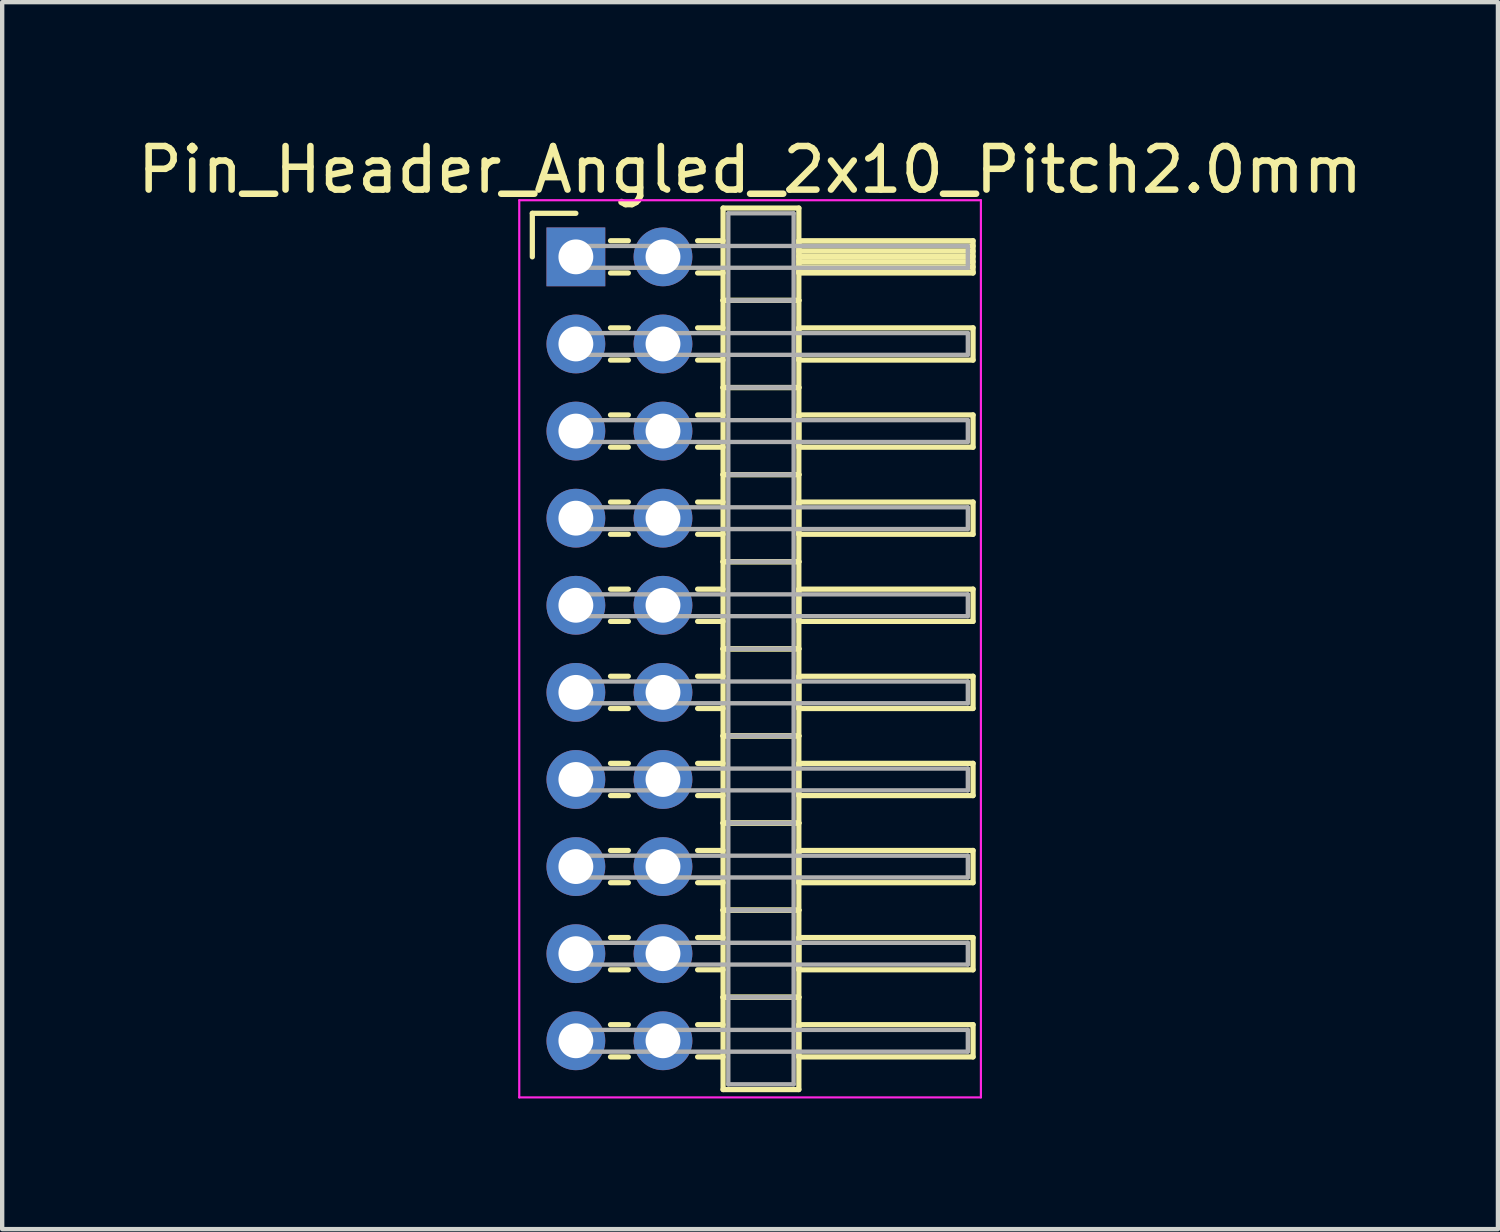
<source format=kicad_pcb>
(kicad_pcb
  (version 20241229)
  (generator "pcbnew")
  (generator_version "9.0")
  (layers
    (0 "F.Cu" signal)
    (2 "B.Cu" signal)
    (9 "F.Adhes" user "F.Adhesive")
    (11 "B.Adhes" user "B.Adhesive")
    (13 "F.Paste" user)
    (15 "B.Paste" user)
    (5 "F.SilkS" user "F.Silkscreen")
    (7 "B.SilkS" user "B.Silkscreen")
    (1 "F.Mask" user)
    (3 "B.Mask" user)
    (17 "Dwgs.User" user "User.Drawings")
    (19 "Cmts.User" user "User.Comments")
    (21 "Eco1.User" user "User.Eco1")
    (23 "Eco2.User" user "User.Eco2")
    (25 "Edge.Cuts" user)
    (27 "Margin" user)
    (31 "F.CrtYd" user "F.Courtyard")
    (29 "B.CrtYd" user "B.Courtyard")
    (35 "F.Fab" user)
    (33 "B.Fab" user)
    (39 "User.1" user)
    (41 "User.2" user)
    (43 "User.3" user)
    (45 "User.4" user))
  (footprint "Pin_Header_Angled_2x10_Pitch2.0mm"
    (layer "F.Cu")
    (at 10.173 2.848)
    (property "Reference" "Pin_Header_Angled_2x10_Pitch2.0mm" (at 4 -2 0) (layer "F.SilkS") (effects (font (size 1 1) (thickness 0.15))))
    (attr through_hole)
    (fp_line (start -1 -1) (end 0 -1) (stroke (width 0.12) (type solid)) (layer "F.SilkS"))
    (fp_line (start -1 0) (end -1 -1) (stroke (width 0.12) (type solid)) (layer "F.SilkS"))
    (fp_line (start 0.795 -0.37) (end 1.205 -0.37) (stroke (width 0.12) (type solid)) (layer "F.SilkS"))
    (fp_line (start 0.795 0.37) (end 1.205 0.37) (stroke (width 0.12) (type solid)) (layer "F.SilkS"))
    (fp_line (start 0.795 1.63) (end 1.205 1.63) (stroke (width 0.12) (type solid)) (layer "F.SilkS"))
    (fp_line (start 0.795 2.37) (end 1.205 2.37) (stroke (width 0.12) (type solid)) (layer "F.SilkS"))
    (fp_line (start 0.795 3.63) (end 1.205 3.63) (stroke (width 0.12) (type solid)) (layer "F.SilkS"))
    (fp_line (start 0.795 4.37) (end 1.205 4.37) (stroke (width 0.12) (type solid)) (layer "F.SilkS"))
    (fp_line (start 0.795 5.63) (end 1.205 5.63) (stroke (width 0.12) (type solid)) (layer "F.SilkS"))
    (fp_line (start 0.795 6.37) (end 1.205 6.37) (stroke (width 0.12) (type solid)) (layer "F.SilkS"))
    (fp_line (start 0.795 7.63) (end 1.205 7.63) (stroke (width 0.12) (type solid)) (layer "F.SilkS"))
    (fp_line (start 0.795 8.37) (end 1.205 8.37) (stroke (width 0.12) (type solid)) (layer "F.SilkS"))
    (fp_line (start 0.795 9.63) (end 1.205 9.63) (stroke (width 0.12) (type solid)) (layer "F.SilkS"))
    (fp_line (start 0.795 10.37) (end 1.205 10.37) (stroke (width 0.12) (type solid)) (layer "F.SilkS"))
    (fp_line (start 0.795 11.63) (end 1.205 11.63) (stroke (width 0.12) (type solid)) (layer "F.SilkS"))
    (fp_line (start 0.795 12.37) (end 1.205 12.37) (stroke (width 0.12) (type solid)) (layer "F.SilkS"))
    (fp_line (start 0.795 13.63) (end 1.205 13.63) (stroke (width 0.12) (type solid)) (layer "F.SilkS"))
    (fp_line (start 0.795 14.37) (end 1.205 14.37) (stroke (width 0.12) (type solid)) (layer "F.SilkS"))
    (fp_line (start 0.795 15.63) (end 1.205 15.63) (stroke (width 0.12) (type solid)) (layer "F.SilkS"))
    (fp_line (start 0.795 16.37) (end 1.205 16.37) (stroke (width 0.12) (type solid)) (layer "F.SilkS"))
    (fp_line (start 0.795 17.63) (end 1.205 17.63) (stroke (width 0.12) (type solid)) (layer "F.SilkS"))
    (fp_line (start 0.795 18.37) (end 1.205 18.37) (stroke (width 0.12) (type solid)) (layer "F.SilkS"))
    (fp_line (start 2.795 -0.37) (end 3.38 -0.37) (stroke (width 0.12) (type solid)) (layer "F.SilkS"))
    (fp_line (start 2.795 0.37) (end 3.38 0.37) (stroke (width 0.12) (type solid)) (layer "F.SilkS"))
    (fp_line (start 2.795 1.63) (end 3.38 1.63) (stroke (width 0.12) (type solid)) (layer "F.SilkS"))
    (fp_line (start 2.795 2.37) (end 3.38 2.37) (stroke (width 0.12) (type solid)) (layer "F.SilkS"))
    (fp_line (start 2.795 3.63) (end 3.38 3.63) (stroke (width 0.12) (type solid)) (layer "F.SilkS"))
    (fp_line (start 2.795 4.37) (end 3.38 4.37) (stroke (width 0.12) (type solid)) (layer "F.SilkS"))
    (fp_line (start 2.795 5.63) (end 3.38 5.63) (stroke (width 0.12) (type solid)) (layer "F.SilkS"))
    (fp_line (start 2.795 6.37) (end 3.38 6.37) (stroke (width 0.12) (type solid)) (layer "F.SilkS"))
    (fp_line (start 2.795 7.63) (end 3.38 7.63) (stroke (width 0.12) (type solid)) (layer "F.SilkS"))
    (fp_line (start 2.795 8.37) (end 3.38 8.37) (stroke (width 0.12) (type solid)) (layer "F.SilkS"))
    (fp_line (start 2.795 9.63) (end 3.38 9.63) (stroke (width 0.12) (type solid)) (layer "F.SilkS"))
    (fp_line (start 2.795 10.37) (end 3.38 10.37) (stroke (width 0.12) (type solid)) (layer "F.SilkS"))
    (fp_line (start 2.795 11.63) (end 3.38 11.63) (stroke (width 0.12) (type solid)) (layer "F.SilkS"))
    (fp_line (start 2.795 12.37) (end 3.38 12.37) (stroke (width 0.12) (type solid)) (layer "F.SilkS"))
    (fp_line (start 2.795 13.63) (end 3.38 13.63) (stroke (width 0.12) (type solid)) (layer "F.SilkS"))
    (fp_line (start 2.795 14.37) (end 3.38 14.37) (stroke (width 0.12) (type solid)) (layer "F.SilkS"))
    (fp_line (start 2.795 15.63) (end 3.38 15.63) (stroke (width 0.12) (type solid)) (layer "F.SilkS"))
    (fp_line (start 2.795 16.37) (end 3.38 16.37) (stroke (width 0.12) (type solid)) (layer "F.SilkS"))
    (fp_line (start 2.795 17.63) (end 3.38 17.63) (stroke (width 0.12) (type solid)) (layer "F.SilkS"))
    (fp_line (start 2.795 18.37) (end 3.38 18.37) (stroke (width 0.12) (type solid)) (layer "F.SilkS"))
    (fp_line (start 3.38 -1.12) (end 3.38 1) (stroke (width 0.12) (type solid)) (layer "F.SilkS"))
    (fp_line (start 3.38 1) (end 3.38 3) (stroke (width 0.12) (type solid)) (layer "F.SilkS"))
    (fp_line (start 3.38 1) (end 5.12 1) (stroke (width 0.12) (type solid)) (layer "F.SilkS"))
    (fp_line (start 3.38 3) (end 3.38 5) (stroke (width 0.12) (type solid)) (layer "F.SilkS"))
    (fp_line (start 3.38 3) (end 5.12 3) (stroke (width 0.12) (type solid)) (layer "F.SilkS"))
    (fp_line (start 3.38 5) (end 3.38 7) (stroke (width 0.12) (type solid)) (layer "F.SilkS"))
    (fp_line (start 3.38 5) (end 5.12 5) (stroke (width 0.12) (type solid)) (layer "F.SilkS"))
    (fp_line (start 3.38 7) (end 3.38 9) (stroke (width 0.12) (type solid)) (layer "F.SilkS"))
    (fp_line (start 3.38 7) (end 5.12 7) (stroke (width 0.12) (type solid)) (layer "F.SilkS"))
    (fp_line (start 3.38 9) (end 3.38 11) (stroke (width 0.12) (type solid)) (layer "F.SilkS"))
    (fp_line (start 3.38 9) (end 5.12 9) (stroke (width 0.12) (type solid)) (layer "F.SilkS"))
    (fp_line (start 3.38 11) (end 3.38 13) (stroke (width 0.12) (type solid)) (layer "F.SilkS"))
    (fp_line (start 3.38 11) (end 5.12 11) (stroke (width 0.12) (type solid)) (layer "F.SilkS"))
    (fp_line (start 3.38 13) (end 3.38 15) (stroke (width 0.12) (type solid)) (layer "F.SilkS"))
    (fp_line (start 3.38 13) (end 5.12 13) (stroke (width 0.12) (type solid)) (layer "F.SilkS"))
    (fp_line (start 3.38 15) (end 3.38 17) (stroke (width 0.12) (type solid)) (layer "F.SilkS"))
    (fp_line (start 3.38 15) (end 5.12 15) (stroke (width 0.12) (type solid)) (layer "F.SilkS"))
    (fp_line (start 3.38 17) (end 3.38 19.12) (stroke (width 0.12) (type solid)) (layer "F.SilkS"))
    (fp_line (start 3.38 17) (end 5.12 17) (stroke (width 0.12) (type solid)) (layer "F.SilkS"))
    (fp_line (start 3.38 19.12) (end 5.12 19.12) (stroke (width 0.12) (type solid)) (layer "F.SilkS"))
    (fp_line (start 5.12 -1.12) (end 3.38 -1.12) (stroke (width 0.12) (type solid)) (layer "F.SilkS"))
    (fp_line (start 5.12 -0.37) (end 5.12 0.37) (stroke (width 0.12) (type solid)) (layer "F.SilkS"))
    (fp_line (start 5.12 -0.25) (end 9.12 -0.25) (stroke (width 0.12) (type solid)) (layer "F.SilkS"))
    (fp_line (start 5.12 -0.13) (end 9.12 -0.13) (stroke (width 0.12) (type solid)) (layer "F.SilkS"))
    (fp_line (start 5.12 -0.01) (end 9.12 -0.01) (stroke (width 0.12) (type solid)) (layer "F.SilkS"))
    (fp_line (start 5.12 0.11) (end 9.12 0.11) (stroke (width 0.12) (type solid)) (layer "F.SilkS"))
    (fp_line (start 5.12 0.23) (end 9.12 0.23) (stroke (width 0.12) (type solid)) (layer "F.SilkS"))
    (fp_line (start 5.12 0.35) (end 9.12 0.35) (stroke (width 0.12) (type solid)) (layer "F.SilkS"))
    (fp_line (start 5.12 0.37) (end 9.12 0.37) (stroke (width 0.12) (type solid)) (layer "F.SilkS"))
    (fp_line (start 5.12 1) (end 3.38 1) (stroke (width 0.12) (type solid)) (layer "F.SilkS"))
    (fp_line (start 5.12 1) (end 5.12 -1.12) (stroke (width 0.12) (type solid)) (layer "F.SilkS"))
    (fp_line (start 5.12 1.63) (end 5.12 2.37) (stroke (width 0.12) (type solid)) (layer "F.SilkS"))
    (fp_line (start 5.12 2.37) (end 9.12 2.37) (stroke (width 0.12) (type solid)) (layer "F.SilkS"))
    (fp_line (start 5.12 3) (end 3.38 3) (stroke (width 0.12) (type solid)) (layer "F.SilkS"))
    (fp_line (start 5.12 3) (end 5.12 1) (stroke (width 0.12) (type solid)) (layer "F.SilkS"))
    (fp_line (start 5.12 3.63) (end 5.12 4.37) (stroke (width 0.12) (type solid)) (layer "F.SilkS"))
    (fp_line (start 5.12 4.37) (end 9.12 4.37) (stroke (width 0.12) (type solid)) (layer "F.SilkS"))
    (fp_line (start 5.12 5) (end 3.38 5) (stroke (width 0.12) (type solid)) (layer "F.SilkS"))
    (fp_line (start 5.12 5) (end 5.12 3) (stroke (width 0.12) (type solid)) (layer "F.SilkS"))
    (fp_line (start 5.12 5.63) (end 5.12 6.37) (stroke (width 0.12) (type solid)) (layer "F.SilkS"))
    (fp_line (start 5.12 6.37) (end 9.12 6.37) (stroke (width 0.12) (type solid)) (layer "F.SilkS"))
    (fp_line (start 5.12 7) (end 3.38 7) (stroke (width 0.12) (type solid)) (layer "F.SilkS"))
    (fp_line (start 5.12 7) (end 5.12 5) (stroke (width 0.12) (type solid)) (layer "F.SilkS"))
    (fp_line (start 5.12 7.63) (end 5.12 8.37) (stroke (width 0.12) (type solid)) (layer "F.SilkS"))
    (fp_line (start 5.12 8.37) (end 9.12 8.37) (stroke (width 0.12) (type solid)) (layer "F.SilkS"))
    (fp_line (start 5.12 9) (end 3.38 9) (stroke (width 0.12) (type solid)) (layer "F.SilkS"))
    (fp_line (start 5.12 9) (end 5.12 7) (stroke (width 0.12) (type solid)) (layer "F.SilkS"))
    (fp_line (start 5.12 9.63) (end 5.12 10.37) (stroke (width 0.12) (type solid)) (layer "F.SilkS"))
    (fp_line (start 5.12 10.37) (end 9.12 10.37) (stroke (width 0.12) (type solid)) (layer "F.SilkS"))
    (fp_line (start 5.12 11) (end 3.38 11) (stroke (width 0.12) (type solid)) (layer "F.SilkS"))
    (fp_line (start 5.12 11) (end 5.12 9) (stroke (width 0.12) (type solid)) (layer "F.SilkS"))
    (fp_line (start 5.12 11.63) (end 5.12 12.37) (stroke (width 0.12) (type solid)) (layer "F.SilkS"))
    (fp_line (start 5.12 12.37) (end 9.12 12.37) (stroke (width 0.12) (type solid)) (layer "F.SilkS"))
    (fp_line (start 5.12 13) (end 3.38 13) (stroke (width 0.12) (type solid)) (layer "F.SilkS"))
    (fp_line (start 5.12 13) (end 5.12 11) (stroke (width 0.12) (type solid)) (layer "F.SilkS"))
    (fp_line (start 5.12 13.63) (end 5.12 14.37) (stroke (width 0.12) (type solid)) (layer "F.SilkS"))
    (fp_line (start 5.12 14.37) (end 9.12 14.37) (stroke (width 0.12) (type solid)) (layer "F.SilkS"))
    (fp_line (start 5.12 15) (end 3.38 15) (stroke (width 0.12) (type solid)) (layer "F.SilkS"))
    (fp_line (start 5.12 15) (end 5.12 13) (stroke (width 0.12) (type solid)) (layer "F.SilkS"))
    (fp_line (start 5.12 15.63) (end 5.12 16.37) (stroke (width 0.12) (type solid)) (layer "F.SilkS"))
    (fp_line (start 5.12 16.37) (end 9.12 16.37) (stroke (width 0.12) (type solid)) (layer "F.SilkS"))
    (fp_line (start 5.12 17) (end 3.38 17) (stroke (width 0.12) (type solid)) (layer "F.SilkS"))
    (fp_line (start 5.12 17) (end 5.12 15) (stroke (width 0.12) (type solid)) (layer "F.SilkS"))
    (fp_line (start 5.12 17.63) (end 5.12 18.37) (stroke (width 0.12) (type solid)) (layer "F.SilkS"))
    (fp_line (start 5.12 18.37) (end 9.12 18.37) (stroke (width 0.12) (type solid)) (layer "F.SilkS"))
    (fp_line (start 5.12 19.12) (end 5.12 17) (stroke (width 0.12) (type solid)) (layer "F.SilkS"))
    (fp_line (start 9.12 -0.37) (end 5.12 -0.37) (stroke (width 0.12) (type solid)) (layer "F.SilkS"))
    (fp_line (start 9.12 0.37) (end 9.12 -0.37) (stroke (width 0.12) (type solid)) (layer "F.SilkS"))
    (fp_line (start 9.12 1.63) (end 5.12 1.63) (stroke (width 0.12) (type solid)) (layer "F.SilkS"))
    (fp_line (start 9.12 2.37) (end 9.12 1.63) (stroke (width 0.12) (type solid)) (layer "F.SilkS"))
    (fp_line (start 9.12 3.63) (end 5.12 3.63) (stroke (width 0.12) (type solid)) (layer "F.SilkS"))
    (fp_line (start 9.12 4.37) (end 9.12 3.63) (stroke (width 0.12) (type solid)) (layer "F.SilkS"))
    (fp_line (start 9.12 5.63) (end 5.12 5.63) (stroke (width 0.12) (type solid)) (layer "F.SilkS"))
    (fp_line (start 9.12 6.37) (end 9.12 5.63) (stroke (width 0.12) (type solid)) (layer "F.SilkS"))
    (fp_line (start 9.12 7.63) (end 5.12 7.63) (stroke (width 0.12) (type solid)) (layer "F.SilkS"))
    (fp_line (start 9.12 8.37) (end 9.12 7.63) (stroke (width 0.12) (type solid)) (layer "F.SilkS"))
    (fp_line (start 9.12 9.63) (end 5.12 9.63) (stroke (width 0.12) (type solid)) (layer "F.SilkS"))
    (fp_line (start 9.12 10.37) (end 9.12 9.63) (stroke (width 0.12) (type solid)) (layer "F.SilkS"))
    (fp_line (start 9.12 11.63) (end 5.12 11.63) (stroke (width 0.12) (type solid)) (layer "F.SilkS"))
    (fp_line (start 9.12 12.37) (end 9.12 11.63) (stroke (width 0.12) (type solid)) (layer "F.SilkS"))
    (fp_line (start 9.12 13.63) (end 5.12 13.63) (stroke (width 0.12) (type solid)) (layer "F.SilkS"))
    (fp_line (start 9.12 14.37) (end 9.12 13.63) (stroke (width 0.12) (type solid)) (layer "F.SilkS"))
    (fp_line (start 9.12 15.63) (end 5.12 15.63) (stroke (width 0.12) (type solid)) (layer "F.SilkS"))
    (fp_line (start 9.12 16.37) (end 9.12 15.63) (stroke (width 0.12) (type solid)) (layer "F.SilkS"))
    (fp_line (start 9.12 17.63) (end 5.12 17.63) (stroke (width 0.12) (type solid)) (layer "F.SilkS"))
    (fp_line (start 9.12 18.37) (end 9.12 17.63) (stroke (width 0.12) (type solid)) (layer "F.SilkS"))
    (fp_line (start -1.3 -1.3) (end -1.3 19.3) (stroke (width 0.05) (type solid)) (layer "F.CrtYd"))
    (fp_line (start -1.3 19.3) (end 9.3 19.3) (stroke (width 0.05) (type solid)) (layer "F.CrtYd"))
    (fp_line (start 9.3 -1.3) (end -1.3 -1.3) (stroke (width 0.05) (type solid)) (layer "F.CrtYd"))
    (fp_line (start 9.3 19.3) (end 9.3 -1.3) (stroke (width 0.05) (type solid)) (layer "F.CrtYd"))
    (fp_line (start 0 -0.25) (end 0 0.25) (stroke (width 0.1) (type solid)) (layer "F.Fab"))
    (fp_line (start 0 0.25) (end 9 0.25) (stroke (width 0.1) (type solid)) (layer "F.Fab"))
    (fp_line (start 0 1.75) (end 0 2.25) (stroke (width 0.1) (type solid)) (layer "F.Fab"))
    (fp_line (start 0 2.25) (end 9 2.25) (stroke (width 0.1) (type solid)) (layer "F.Fab"))
    (fp_line (start 0 3.75) (end 0 4.25) (stroke (width 0.1) (type solid)) (layer "F.Fab"))
    (fp_line (start 0 4.25) (end 9 4.25) (stroke (width 0.1) (type solid)) (layer "F.Fab"))
    (fp_line (start 0 5.75) (end 0 6.25) (stroke (width 0.1) (type solid)) (layer "F.Fab"))
    (fp_line (start 0 6.25) (end 9 6.25) (stroke (width 0.1) (type solid)) (layer "F.Fab"))
    (fp_line (start 0 7.75) (end 0 8.25) (stroke (width 0.1) (type solid)) (layer "F.Fab"))
    (fp_line (start 0 8.25) (end 9 8.25) (stroke (width 0.1) (type solid)) (layer "F.Fab"))
    (fp_line (start 0 9.75) (end 0 10.25) (stroke (width 0.1) (type solid)) (layer "F.Fab"))
    (fp_line (start 0 10.25) (end 9 10.25) (stroke (width 0.1) (type solid)) (layer "F.Fab"))
    (fp_line (start 0 11.75) (end 0 12.25) (stroke (width 0.1) (type solid)) (layer "F.Fab"))
    (fp_line (start 0 12.25) (end 9 12.25) (stroke (width 0.1) (type solid)) (layer "F.Fab"))
    (fp_line (start 0 13.75) (end 0 14.25) (stroke (width 0.1) (type solid)) (layer "F.Fab"))
    (fp_line (start 0 14.25) (end 9 14.25) (stroke (width 0.1) (type solid)) (layer "F.Fab"))
    (fp_line (start 0 15.75) (end 0 16.25) (stroke (width 0.1) (type solid)) (layer "F.Fab"))
    (fp_line (start 0 16.25) (end 9 16.25) (stroke (width 0.1) (type solid)) (layer "F.Fab"))
    (fp_line (start 0 17.75) (end 0 18.25) (stroke (width 0.1) (type solid)) (layer "F.Fab"))
    (fp_line (start 0 18.25) (end 9 18.25) (stroke (width 0.1) (type solid)) (layer "F.Fab"))
    (fp_line (start 3.5 -1) (end 3.5 1) (stroke (width 0.1) (type solid)) (layer "F.Fab"))
    (fp_line (start 3.5 1) (end 3.5 3) (stroke (width 0.1) (type solid)) (layer "F.Fab"))
    (fp_line (start 3.5 1) (end 5 1) (stroke (width 0.1) (type solid)) (layer "F.Fab"))
    (fp_line (start 3.5 3) (end 3.5 5) (stroke (width 0.1) (type solid)) (layer "F.Fab"))
    (fp_line (start 3.5 3) (end 5 3) (stroke (width 0.1) (type solid)) (layer "F.Fab"))
    (fp_line (start 3.5 5) (end 3.5 7) (stroke (width 0.1) (type solid)) (layer "F.Fab"))
    (fp_line (start 3.5 5) (end 5 5) (stroke (width 0.1) (type solid)) (layer "F.Fab"))
    (fp_line (start 3.5 7) (end 3.5 9) (stroke (width 0.1) (type solid)) (layer "F.Fab"))
    (fp_line (start 3.5 7) (end 5 7) (stroke (width 0.1) (type solid)) (layer "F.Fab"))
    (fp_line (start 3.5 9) (end 3.5 11) (stroke (width 0.1) (type solid)) (layer "F.Fab"))
    (fp_line (start 3.5 9) (end 5 9) (stroke (width 0.1) (type solid)) (layer "F.Fab"))
    (fp_line (start 3.5 11) (end 3.5 13) (stroke (width 0.1) (type solid)) (layer "F.Fab"))
    (fp_line (start 3.5 11) (end 5 11) (stroke (width 0.1) (type solid)) (layer "F.Fab"))
    (fp_line (start 3.5 13) (end 3.5 15) (stroke (width 0.1) (type solid)) (layer "F.Fab"))
    (fp_line (start 3.5 13) (end 5 13) (stroke (width 0.1) (type solid)) (layer "F.Fab"))
    (fp_line (start 3.5 15) (end 3.5 17) (stroke (width 0.1) (type solid)) (layer "F.Fab"))
    (fp_line (start 3.5 15) (end 5 15) (stroke (width 0.1) (type solid)) (layer "F.Fab"))
    (fp_line (start 3.5 17) (end 3.5 19) (stroke (width 0.1) (type solid)) (layer "F.Fab"))
    (fp_line (start 3.5 17) (end 5 17) (stroke (width 0.1) (type solid)) (layer "F.Fab"))
    (fp_line (start 3.5 19) (end 5 19) (stroke (width 0.1) (type solid)) (layer "F.Fab"))
    (fp_line (start 5 -1) (end 3.5 -1) (stroke (width 0.1) (type solid)) (layer "F.Fab"))
    (fp_line (start 5 1) (end 3.5 1) (stroke (width 0.1) (type solid)) (layer "F.Fab"))
    (fp_line (start 5 1) (end 5 -1) (stroke (width 0.1) (type solid)) (layer "F.Fab"))
    (fp_line (start 5 3) (end 3.5 3) (stroke (width 0.1) (type solid)) (layer "F.Fab"))
    (fp_line (start 5 3) (end 5 1) (stroke (width 0.1) (type solid)) (layer "F.Fab"))
    (fp_line (start 5 5) (end 3.5 5) (stroke (width 0.1) (type solid)) (layer "F.Fab"))
    (fp_line (start 5 5) (end 5 3) (stroke (width 0.1) (type solid)) (layer "F.Fab"))
    (fp_line (start 5 7) (end 3.5 7) (stroke (width 0.1) (type solid)) (layer "F.Fab"))
    (fp_line (start 5 7) (end 5 5) (stroke (width 0.1) (type solid)) (layer "F.Fab"))
    (fp_line (start 5 9) (end 3.5 9) (stroke (width 0.1) (type solid)) (layer "F.Fab"))
    (fp_line (start 5 9) (end 5 7) (stroke (width 0.1) (type solid)) (layer "F.Fab"))
    (fp_line (start 5 11) (end 3.5 11) (stroke (width 0.1) (type solid)) (layer "F.Fab"))
    (fp_line (start 5 11) (end 5 9) (stroke (width 0.1) (type solid)) (layer "F.Fab"))
    (fp_line (start 5 13) (end 3.5 13) (stroke (width 0.1) (type solid)) (layer "F.Fab"))
    (fp_line (start 5 13) (end 5 11) (stroke (width 0.1) (type solid)) (layer "F.Fab"))
    (fp_line (start 5 15) (end 3.5 15) (stroke (width 0.1) (type solid)) (layer "F.Fab"))
    (fp_line (start 5 15) (end 5 13) (stroke (width 0.1) (type solid)) (layer "F.Fab"))
    (fp_line (start 5 17) (end 3.5 17) (stroke (width 0.1) (type solid)) (layer "F.Fab"))
    (fp_line (start 5 17) (end 5 15) (stroke (width 0.1) (type solid)) (layer "F.Fab"))
    (fp_line (start 5 19) (end 5 17) (stroke (width 0.1) (type solid)) (layer "F.Fab"))
    (fp_line (start 9 -0.25) (end 0 -0.25) (stroke (width 0.1) (type solid)) (layer "F.Fab"))
    (fp_line (start 9 0.25) (end 9 -0.25) (stroke (width 0.1) (type solid)) (layer "F.Fab"))
    (fp_line (start 9 1.75) (end 0 1.75) (stroke (width 0.1) (type solid)) (layer "F.Fab"))
    (fp_line (start 9 2.25) (end 9 1.75) (stroke (width 0.1) (type solid)) (layer "F.Fab"))
    (fp_line (start 9 3.75) (end 0 3.75) (stroke (width 0.1) (type solid)) (layer "F.Fab"))
    (fp_line (start 9 4.25) (end 9 3.75) (stroke (width 0.1) (type solid)) (layer "F.Fab"))
    (fp_line (start 9 5.75) (end 0 5.75) (stroke (width 0.1) (type solid)) (layer "F.Fab"))
    (fp_line (start 9 6.25) (end 9 5.75) (stroke (width 0.1) (type solid)) (layer "F.Fab"))
    (fp_line (start 9 7.75) (end 0 7.75) (stroke (width 0.1) (type solid)) (layer "F.Fab"))
    (fp_line (start 9 8.25) (end 9 7.75) (stroke (width 0.1) (type solid)) (layer "F.Fab"))
    (fp_line (start 9 9.75) (end 0 9.75) (stroke (width 0.1) (type solid)) (layer "F.Fab"))
    (fp_line (start 9 10.25) (end 9 9.75) (stroke (width 0.1) (type solid)) (layer "F.Fab"))
    (fp_line (start 9 11.75) (end 0 11.75) (stroke (width 0.1) (type solid)) (layer "F.Fab"))
    (fp_line (start 9 12.25) (end 9 11.75) (stroke (width 0.1) (type solid)) (layer "F.Fab"))
    (fp_line (start 9 13.75) (end 0 13.75) (stroke (width 0.1) (type solid)) (layer "F.Fab"))
    (fp_line (start 9 14.25) (end 9 13.75) (stroke (width 0.1) (type solid)) (layer "F.Fab"))
    (fp_line (start 9 15.75) (end 0 15.75) (stroke (width 0.1) (type solid)) (layer "F.Fab"))
    (fp_line (start 9 16.25) (end 9 15.75) (stroke (width 0.1) (type solid)) (layer "F.Fab"))
    (fp_line (start 9 17.75) (end 0 17.75) (stroke (width 0.1) (type solid)) (layer "F.Fab"))
    (fp_line (start 9 18.25) (end 9 17.75) (stroke (width 0.1) (type solid)) (layer "F.Fab"))
    (pad "1" thru_hole rect (at 0 0) (size 1.35 1.35) (drill 0.8) (layers "*.Cu" "*.Mask"))
    (pad "2" thru_hole oval (at 2 0) (size 1.35 1.35) (drill 0.8) (layers "*.Cu" "*.Mask"))
    (pad "3" thru_hole oval (at 0 2) (size 1.35 1.35) (drill 0.8) (layers "*.Cu" "*.Mask"))
    (pad "4" thru_hole oval (at 2 2) (size 1.35 1.35) (drill 0.8) (layers "*.Cu" "*.Mask"))
    (pad "5" thru_hole oval (at 0 4) (size 1.35 1.35) (drill 0.8) (layers "*.Cu" "*.Mask"))
    (pad "6" thru_hole oval (at 2 4) (size 1.35 1.35) (drill 0.8) (layers "*.Cu" "*.Mask"))
    (pad "7" thru_hole oval (at 0 6) (size 1.35 1.35) (drill 0.8) (layers "*.Cu" "*.Mask"))
    (pad "8" thru_hole oval (at 2 6) (size 1.35 1.35) (drill 0.8) (layers "*.Cu" "*.Mask"))
    (pad "9" thru_hole oval (at 0 8) (size 1.35 1.35) (drill 0.8) (layers "*.Cu" "*.Mask"))
    (pad "10" thru_hole oval (at 2 8) (size 1.35 1.35) (drill 0.8) (layers "*.Cu" "*.Mask"))
    (pad "11" thru_hole oval (at 0 10) (size 1.35 1.35) (drill 0.8) (layers "*.Cu" "*.Mask"))
    (pad "12" thru_hole oval (at 2 10) (size 1.35 1.35) (drill 0.8) (layers "*.Cu" "*.Mask"))
    (pad "13" thru_hole oval (at 0 12) (size 1.35 1.35) (drill 0.8) (layers "*.Cu" "*.Mask"))
    (pad "14" thru_hole oval (at 2 12) (size 1.35 1.35) (drill 0.8) (layers "*.Cu" "*.Mask"))
    (pad "15" thru_hole oval (at 0 14) (size 1.35 1.35) (drill 0.8) (layers "*.Cu" "*.Mask"))
    (pad "16" thru_hole oval (at 2 14) (size 1.35 1.35) (drill 0.8) (layers "*.Cu" "*.Mask"))
    (pad "17" thru_hole oval (at 0 16) (size 1.35 1.35) (drill 0.8) (layers "*.Cu" "*.Mask"))
    (pad "18" thru_hole oval (at 2 16) (size 1.35 1.35) (drill 0.8) (layers "*.Cu" "*.Mask"))
    (pad "19" thru_hole oval (at 0 18) (size 1.35 1.35) (drill 0.8) (layers "*.Cu" "*.Mask"))
    (pad "20" thru_hole oval (at 2 18) (size 1.35 1.35) (drill 0.8) (layers "*.Cu" "*.Mask")))
  (gr_rect
    (start -3 -3)
    (end 31.345 25.173)
    (stroke (width 0.1) (type default))
    (fill no)
    (layer "Edge.Cuts")))
</source>
